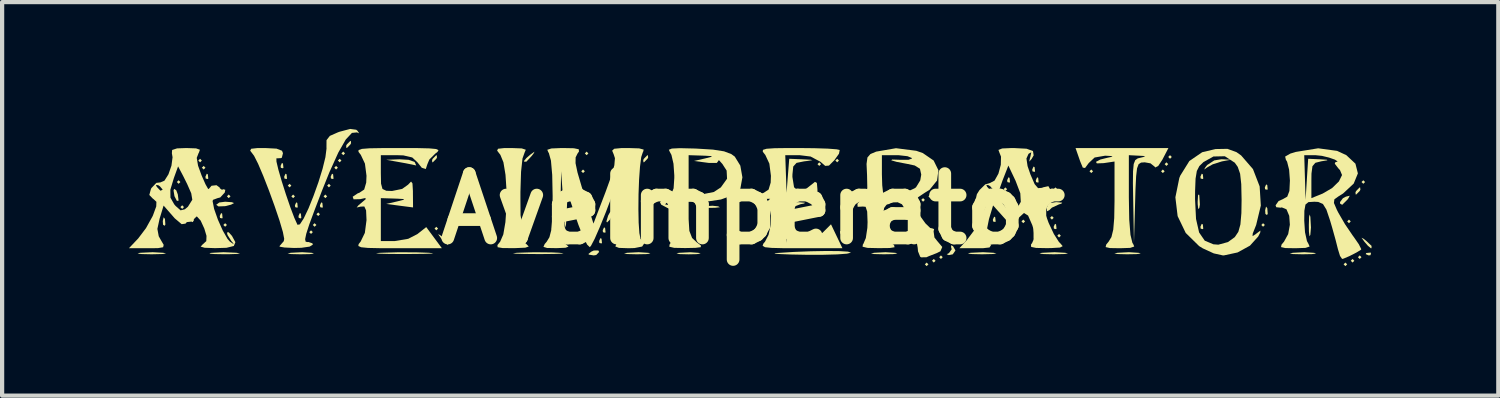
<source format=kicad_pcb>
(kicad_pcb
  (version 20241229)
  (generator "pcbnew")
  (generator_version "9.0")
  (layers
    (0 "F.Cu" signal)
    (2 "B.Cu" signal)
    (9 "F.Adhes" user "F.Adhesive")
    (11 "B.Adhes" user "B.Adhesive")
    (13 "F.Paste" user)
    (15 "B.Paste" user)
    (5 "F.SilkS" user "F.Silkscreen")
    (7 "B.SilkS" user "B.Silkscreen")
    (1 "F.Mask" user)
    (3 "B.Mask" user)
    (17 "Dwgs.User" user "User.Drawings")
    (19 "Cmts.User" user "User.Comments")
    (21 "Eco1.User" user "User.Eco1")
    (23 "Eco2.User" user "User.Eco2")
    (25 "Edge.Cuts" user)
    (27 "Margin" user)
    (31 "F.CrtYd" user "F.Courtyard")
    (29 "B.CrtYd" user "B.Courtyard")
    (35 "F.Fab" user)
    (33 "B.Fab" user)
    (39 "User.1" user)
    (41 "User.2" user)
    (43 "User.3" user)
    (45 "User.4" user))
  (footprint "AveImperator"
    (layer "F.Cu")
    (at 14.764 1.891)
    (property "Reference" "AveImperator" (at 0 0 0) (layer "F.SilkS") (effects (font (size 1.524 1.524) (thickness 0.3))))
    (attr board_only exclude_from_pos_files exclude_from_bom)
    (fp_poly (pts (xy -13.547 -0.635) (xy -13.589 -0.593) (xy -13.631 -0.635) (xy -13.589 -0.677)) (stroke (width 0) (type solid)) (fill yes) (layer "F.SilkS"))
    (fp_poly (pts (xy -13.462 -0.042) (xy -13.504 0) (xy -13.547 -0.042) (xy -13.504 -0.085)) (stroke (width 0) (type solid)) (fill yes) (layer "F.SilkS"))
    (fp_poly (pts (xy -13.039 -1.143) (xy -13.081 -1.101) (xy -13.123 -1.143) (xy -13.081 -1.185)) (stroke (width 0) (type solid)) (fill yes) (layer "F.SilkS"))
    (fp_poly (pts (xy -12.954 -0.974) (xy -12.996 -0.931) (xy -13.039 -0.974) (xy -12.996 -1.016)) (stroke (width 0) (type solid)) (fill yes) (layer "F.SilkS"))
    (fp_poly (pts (xy -12.446 0.381) (xy -12.488 0.423) (xy -12.531 0.381) (xy -12.488 0.339)) (stroke (width 0) (type solid)) (fill yes) (layer "F.SilkS"))
    (fp_poly (pts (xy -12.361 -0.296) (xy -12.404 -0.254) (xy -12.446 -0.296) (xy -12.404 -0.339)) (stroke (width 0) (type solid)) (fill yes) (layer "F.SilkS"))
    (fp_poly (pts (xy -10.922 -0.55) (xy -10.964 -0.508) (xy -11.007 -0.55) (xy -10.964 -0.593)) (stroke (width 0) (type solid)) (fill yes) (layer "F.SilkS"))
    (fp_poly (pts (xy -10.837 -0.296) (xy -10.88 -0.254) (xy -10.922 -0.296) (xy -10.88 -0.339)) (stroke (width 0) (type solid)) (fill yes) (layer "F.SilkS"))
    (fp_poly (pts (xy -10.414 0.55) (xy -10.456 0.593) (xy -10.499 0.55) (xy -10.456 0.508)) (stroke (width 0) (type solid)) (fill yes) (layer "F.SilkS"))
    (fp_poly (pts (xy -10.329 0.381) (xy -10.372 0.423) (xy -10.414 0.381) (xy -10.372 0.339)) (stroke (width 0) (type solid)) (fill yes) (layer "F.SilkS"))
    (fp_poly (pts (xy -10.245 0.127) (xy -10.287 0.169) (xy -10.329 0.127) (xy -10.287 0.085)) (stroke (width 0) (type solid)) (fill yes) (layer "F.SilkS"))
    (fp_poly (pts (xy -10.075 -0.296) (xy -10.118 -0.254) (xy -10.16 -0.296) (xy -10.118 -0.339)) (stroke (width 0) (type solid)) (fill yes) (layer "F.SilkS"))
    (fp_poly (pts (xy -9.991 -0.55) (xy -10.033 -0.508) (xy -10.075 -0.55) (xy -10.033 -0.593)) (stroke (width 0) (type solid)) (fill yes) (layer "F.SilkS"))
    (fp_poly (pts (xy -9.821 -0.974) (xy -9.864 -0.931) (xy -9.906 -0.974) (xy -9.864 -1.016)) (stroke (width 0) (type solid)) (fill yes) (layer "F.SilkS"))
    (fp_poly (pts (xy -9.737 -1.143) (xy -9.779 -1.101) (xy -9.821 -1.143) (xy -9.779 -1.185)) (stroke (width 0) (type solid)) (fill yes) (layer "F.SilkS"))
    (fp_poly (pts (xy -9.652 -1.312) (xy -9.694 -1.27) (xy -9.737 -1.312) (xy -9.694 -1.355)) (stroke (width 0) (type solid)) (fill yes) (layer "F.SilkS"))
    (fp_poly (pts (xy -7.451 0.466) (xy -7.493 0.508) (xy -7.535 0.466) (xy -7.493 0.423)) (stroke (width 0) (type solid)) (fill yes) (layer "F.SilkS"))
    (fp_poly (pts (xy -5.334 0.72) (xy -5.376 0.762) (xy -5.419 0.72) (xy -5.376 0.677)) (stroke (width 0) (type solid)) (fill yes) (layer "F.SilkS"))
    (fp_poly (pts (xy -3.979 -0.889) (xy -4.022 -0.847) (xy -4.064 -0.889) (xy -4.022 -0.931)) (stroke (width 0) (type solid)) (fill yes) (layer "F.SilkS"))
    (fp_poly (pts (xy -3.895 -1.312) (xy -3.937 -1.27) (xy -3.979 -1.312) (xy -3.937 -1.355)) (stroke (width 0) (type solid)) (fill yes) (layer "F.SilkS"))
    (fp_poly (pts (xy 0.169 -0.042) (xy 0.127 0) (xy 0.085 -0.042) (xy 0.127 -0.085)) (stroke (width 0) (type solid)) (fill yes) (layer "F.SilkS"))
    (fp_poly (pts (xy 1.609 -1.058) (xy 1.566 -1.016) (xy 1.524 -1.058) (xy 1.566 -1.101)) (stroke (width 0) (type solid)) (fill yes) (layer "F.SilkS"))
    (fp_poly (pts (xy 2.032 -1.143) (xy 1.99 -1.101) (xy 1.947 -1.143) (xy 1.99 -1.185)) (stroke (width 0) (type solid)) (fill yes) (layer "F.SilkS"))
    (fp_poly (pts (xy 3.302 0.042) (xy 3.26 0.085) (xy 3.217 0.042) (xy 3.26 0)) (stroke (width 0) (type solid)) (fill yes) (layer "F.SilkS"))
    (fp_poly (pts (xy 4.064 -0.212) (xy 4.022 -0.169) (xy 3.979 -0.212) (xy 4.022 -0.254)) (stroke (width 0) (type solid)) (fill yes) (layer "F.SilkS"))
    (fp_poly (pts (xy 4.149 1.312) (xy 4.106 1.355) (xy 4.064 1.312) (xy 4.106 1.27)) (stroke (width 0) (type solid)) (fill yes) (layer "F.SilkS"))
    (fp_poly (pts (xy 4.233 -0.296) (xy 4.191 -0.254) (xy 4.149 -0.296) (xy 4.191 -0.339)) (stroke (width 0) (type solid)) (fill yes) (layer "F.SilkS"))
    (fp_poly (pts (xy 4.318 1.228) (xy 4.276 1.27) (xy 4.233 1.228) (xy 4.276 1.185)) (stroke (width 0) (type solid)) (fill yes) (layer "F.SilkS"))
    (fp_poly (pts (xy 4.487 -0.55) (xy 4.445 -0.508) (xy 4.403 -0.55) (xy 4.445 -0.593)) (stroke (width 0) (type solid)) (fill yes) (layer "F.SilkS"))
    (fp_poly (pts (xy 4.487 1.143) (xy 4.445 1.185) (xy 4.403 1.143) (xy 4.445 1.101)) (stroke (width 0) (type solid)) (fill yes) (layer "F.SilkS"))
    (fp_poly (pts (xy 6.011 -0.466) (xy 5.969 -0.423) (xy 5.927 -0.466) (xy 5.969 -0.508)) (stroke (width 0) (type solid)) (fill yes) (layer "F.SilkS"))
    (fp_poly (pts (xy 6.435 0.296) (xy 6.392 0.339) (xy 6.35 0.296) (xy 6.392 0.254)) (stroke (width 0) (type solid)) (fill yes) (layer "F.SilkS"))
    (fp_poly (pts (xy 7.112 0.212) (xy 7.07 0.254) (xy 7.027 0.212) (xy 7.07 0.169)) (stroke (width 0) (type solid)) (fill yes) (layer "F.SilkS"))
    (fp_poly (pts (xy 7.197 -0.466) (xy 7.154 -0.423) (xy 7.112 -0.466) (xy 7.154 -0.508)) (stroke (width 0) (type solid)) (fill yes) (layer "F.SilkS"))
    (fp_poly (pts (xy 7.281 -0.296) (xy 7.239 -0.254) (xy 7.197 -0.296) (xy 7.239 -0.339)) (stroke (width 0) (type solid)) (fill yes) (layer "F.SilkS"))
    (fp_poly (pts (xy 7.281 0.635) (xy 7.239 0.677) (xy 7.197 0.635) (xy 7.239 0.593)) (stroke (width 0) (type solid)) (fill yes) (layer "F.SilkS"))
    (fp_poly (pts (xy 8.043 -0.889) (xy 8.001 -0.847) (xy 7.959 -0.889) (xy 8.001 -0.931)) (stroke (width 0) (type solid)) (fill yes) (layer "F.SilkS"))
    (fp_poly (pts (xy 9.737 -0.889) (xy 9.694 -0.847) (xy 9.652 -0.889) (xy 9.694 -0.931)) (stroke (width 0) (type solid)) (fill yes) (layer "F.SilkS"))
    (fp_poly (pts (xy 9.821 -1.058) (xy 9.779 -1.016) (xy 9.737 -1.058) (xy 9.779 -1.101)) (stroke (width 0) (type solid)) (fill yes) (layer "F.SilkS"))
    (fp_poly (pts (xy 9.906 -1.228) (xy 9.864 -1.185) (xy 9.821 -1.228) (xy 9.864 -1.27)) (stroke (width 0) (type solid)) (fill yes) (layer "F.SilkS"))
    (fp_poly (pts (xy 12.107 0.381) (xy 12.065 0.423) (xy 12.023 0.381) (xy 12.065 0.339)) (stroke (width 0) (type solid)) (fill yes) (layer "F.SilkS"))
    (fp_poly (pts (xy 14.055 1.312) (xy 14.012 1.355) (xy 13.97 1.312) (xy 14.012 1.27)) (stroke (width 0) (type solid)) (fill yes) (layer "F.SilkS"))
    (fp_poly (pts (xy 14.139 0.296) (xy 14.097 0.339) (xy 14.055 0.296) (xy 14.097 0.254)) (stroke (width 0) (type solid)) (fill yes) (layer "F.SilkS"))
    (fp_poly (pts (xy 14.224 1.228) (xy 14.182 1.27) (xy 14.139 1.228) (xy 14.182 1.185)) (stroke (width 0) (type solid)) (fill yes) (layer "F.SilkS"))
    (fp_poly (pts (xy 14.393 1.143) (xy 14.351 1.185) (xy 14.309 1.143) (xy 14.351 1.101)) (stroke (width 0) (type solid)) (fill yes) (layer "F.SilkS"))
    (fp_poly (pts (xy 14.478 -0.635) (xy 14.436 -0.593) (xy 14.393 -0.635) (xy 14.436 -0.677)) (stroke (width 0) (type solid)) (fill yes) (layer "F.SilkS"))
    (fp_poly (pts (xy -13.912 0.238) (xy -13.902 0.37) (xy -13.919 0.4) (xy -13.957 0.375) (xy -13.963 0.289) (xy -13.943 0.199)) (stroke (width 0) (type solid)) (fill yes) (layer "F.SilkS"))
    (fp_poly (pts (xy -12.898 -0.818) (xy -12.887 -0.718) (xy -12.898 -0.706) (xy -12.948 -0.717) (xy -12.954 -0.762) (xy -12.923 -0.832)) (stroke (width 0) (type solid)) (fill yes) (layer "F.SilkS"))
    (fp_poly (pts (xy -12.559 0.113) (xy -12.549 0.213) (xy -12.559 0.226) (xy -12.609 0.214) (xy -12.615 0.169) (xy -12.584 0.1)) (stroke (width 0) (type solid)) (fill yes) (layer "F.SilkS"))
    (fp_poly (pts (xy -11.12 -1.072) (xy -11.109 -0.972) (xy -11.12 -0.96) (xy -11.17 -0.971) (xy -11.176 -1.016) (xy -11.145 -1.086)) (stroke (width 0) (type solid)) (fill yes) (layer "F.SilkS"))
    (fp_poly (pts (xy -11.035 -0.818) (xy -11.025 -0.718) (xy -11.035 -0.706) (xy -11.085 -0.717) (xy -11.091 -0.762) (xy -11.06 -0.832)) (stroke (width 0) (type solid)) (fill yes) (layer "F.SilkS"))
    (fp_poly (pts (xy -10.781 -0.141) (xy -10.771 -0.041) (xy -10.781 -0.028) (xy -10.831 -0.04) (xy -10.837 -0.085) (xy -10.806 -0.154)) (stroke (width 0) (type solid)) (fill yes) (layer "F.SilkS"))
    (fp_poly (pts (xy -10.696 0.113) (xy -10.686 0.213) (xy -10.696 0.226) (xy -10.747 0.214) (xy -10.753 0.169) (xy -10.722 0.1)) (stroke (width 0) (type solid)) (fill yes) (layer "F.SilkS"))
    (fp_poly (pts (xy -10.188 -0.141) (xy -10.178 -0.041) (xy -10.188 -0.028) (xy -10.239 -0.04) (xy -10.245 -0.085) (xy -10.214 -0.154)) (stroke (width 0) (type solid)) (fill yes) (layer "F.SilkS"))
    (fp_poly (pts (xy -9.934 -0.818) (xy -9.924 -0.718) (xy -9.934 -0.706) (xy -9.985 -0.717) (xy -9.991 -0.762) (xy -9.96 -0.832)) (stroke (width 0) (type solid)) (fill yes) (layer "F.SilkS"))
    (fp_poly (pts (xy -3.584 0.706) (xy -3.574 0.806) (xy -3.584 0.818) (xy -3.635 0.807) (xy -3.641 0.762) (xy -3.61 0.692)) (stroke (width 0) (type solid)) (fill yes) (layer "F.SilkS"))
    (fp_poly (pts (xy -3.5 0.452) (xy -3.489 0.552) (xy -3.5 0.564) (xy -3.55 0.553) (xy -3.556 0.508) (xy -3.525 0.438)) (stroke (width 0) (type solid)) (fill yes) (layer "F.SilkS"))
    (fp_poly (pts (xy -3.246 -0.226) (xy -3.235 -0.125) (xy -3.246 -0.113) (xy -3.296 -0.125) (xy -3.302 -0.169) (xy -3.271 -0.239)) (stroke (width 0) (type solid)) (fill yes) (layer "F.SilkS"))
    (fp_poly (pts (xy -0.452 -0.141) (xy -0.463 -0.091) (xy -0.508 -0.085) (xy -0.578 -0.116) (xy -0.564 -0.141) (xy -0.464 -0.151)) (stroke (width 0) (type solid)) (fill yes) (layer "F.SilkS"))
    (fp_poly (pts (xy 5.729 0.198) (xy 5.739 0.298) (xy 5.729 0.31) (xy 5.679 0.299) (xy 5.673 0.254) (xy 5.704 0.184)) (stroke (width 0) (type solid)) (fill yes) (layer "F.SilkS"))
    (fp_poly (pts (xy 6.068 -0.734) (xy 6.078 -0.633) (xy 6.068 -0.621) (xy 6.017 -0.633) (xy 6.011 -0.677) (xy 6.042 -0.747)) (stroke (width 0) (type solid)) (fill yes) (layer "F.SilkS"))
    (fp_poly (pts (xy 6.66 -0.988) (xy 6.671 -0.887) (xy 6.66 -0.875) (xy 6.61 -0.887) (xy 6.604 -0.931) (xy 6.635 -1.001)) (stroke (width 0) (type solid)) (fill yes) (layer "F.SilkS"))
    (fp_poly (pts (xy 6.745 -0.734) (xy 6.755 -0.633) (xy 6.745 -0.621) (xy 6.695 -0.633) (xy 6.689 -0.677) (xy 6.72 -0.747)) (stroke (width 0) (type solid)) (fill yes) (layer "F.SilkS"))
    (fp_poly (pts (xy 7.168 0.367) (xy 7.179 0.467) (xy 7.168 0.48) (xy 7.118 0.468) (xy 7.112 0.423) (xy 7.143 0.354)) (stroke (width 0) (type solid)) (fill yes) (layer "F.SilkS"))
    (fp_poly (pts (xy 10.64 -0.818) (xy 10.65 -0.718) (xy 10.64 -0.706) (xy 10.589 -0.717) (xy 10.583 -0.762) (xy 10.614 -0.832)) (stroke (width 0) (type solid)) (fill yes) (layer "F.SilkS"))
    (fp_poly (pts (xy 10.64 0.367) (xy 10.65 0.467) (xy 10.64 0.48) (xy 10.589 0.468) (xy 10.583 0.423) (xy 10.614 0.354)) (stroke (width 0) (type solid)) (fill yes) (layer "F.SilkS"))
    (fp_poly (pts (xy 12.164 -0.564) (xy 12.174 -0.464) (xy 12.164 -0.452) (xy 12.113 -0.463) (xy 12.107 -0.508) (xy 12.138 -0.578)) (stroke (width 0) (type solid)) (fill yes) (layer "F.SilkS"))
    (fp_poly (pts (xy 12.165 -0.016) (xy 12.175 0.116) (xy 12.158 0.146) (xy 12.12 0.121) (xy 12.114 0.035) (xy 12.135 -0.055)) (stroke (width 0) (type solid)) (fill yes) (layer "F.SilkS"))
    (fp_poly (pts (xy 14.619 1.044) (xy 14.607 1.095) (xy 14.563 1.101) (xy 14.493 1.07) (xy 14.506 1.044) (xy 14.607 1.034)) (stroke (width 0) (type solid)) (fill yes) (layer "F.SilkS"))
    (fp_poly (pts (xy -13.644 -0.439) (xy -13.608 -0.342) (xy -13.589 -0.194) (xy -13.63 -0.189) (xy -13.687 -0.3) (xy -13.709 -0.436) (xy -13.695 -0.473)) (stroke (width 0) (type solid)) (fill yes) (layer "F.SilkS"))
    (fp_poly (pts (xy -0.115 -0.379) (xy -0.205 -0.273) (xy -0.309 -0.178) (xy -0.307 -0.209) (xy -0.245 -0.314) (xy -0.149 -0.439) (xy -0.093 -0.46)) (stroke (width 0) (type solid)) (fill yes) (layer "F.SilkS"))
    (fp_poly (pts (xy 2.104 0.542) (xy 2.194 0.627) (xy 2.176 0.677) (xy 2.164 0.677) (xy 2.092 0.617) (xy 2.066 0.58) (xy 2.056 0.522)) (stroke (width 0) (type solid)) (fill yes) (layer "F.SilkS"))
    (fp_poly (pts (xy -12.329 -0.158) (xy -12.277 -0.137) (xy -12.349 -0.099) (xy -12.488 -0.064) (xy -12.646 -0.058) (xy -12.7 -0.096) (xy -12.627 -0.151) (xy -12.488 -0.169)) (stroke (width 0) (type solid)) (fill yes) (layer "F.SilkS"))
    (fp_poly (pts (xy -9.509 -1.554) (xy -9.525 -1.524) (xy -9.605 -1.443) (xy -9.62 -1.439) (xy -9.625 -1.494) (xy -9.61 -1.524) (xy -9.53 -1.605) (xy -9.515 -1.609)) (stroke (width 0) (type solid)) (fill yes) (layer "F.SilkS"))
    (fp_poly (pts (xy -7.477 -1.215) (xy -7.493 -1.185) (xy -7.573 -1.104) (xy -7.588 -1.101) (xy -7.593 -1.155) (xy -7.578 -1.185) (xy -7.498 -1.266) (xy -7.483 -1.27)) (stroke (width 0) (type solid)) (fill yes) (layer "F.SilkS"))
    (fp_poly (pts (xy -7.406 0.619) (xy -7.345 0.667) (xy -7.213 0.79) (xy -7.214 0.845) (xy -7.229 0.847) (xy -7.299 0.789) (xy -7.377 0.699) (xy -7.45 0.598)) (stroke (width 0) (type solid)) (fill yes) (layer "F.SilkS"))
    (fp_poly (pts (xy -5.191 -1.31) (xy -5.239 -1.249) (xy -5.362 -1.117) (xy -5.417 -1.118) (xy -5.419 -1.133) (xy -5.361 -1.203) (xy -5.271 -1.281) (xy -5.17 -1.354)) (stroke (width 0) (type solid)) (fill yes) (layer "F.SilkS"))
    (fp_poly (pts (xy -3.641 1.019) (xy -3.709 1.091) (xy -3.768 1.101) (xy -3.881 1.083) (xy -3.895 1.067) (xy -3.828 1.013) (xy -3.768 0.985) (xy -3.659 0.984)) (stroke (width 0) (type solid)) (fill yes) (layer "F.SilkS"))
    (fp_poly (pts (xy -3.305 0.042) (xy -3.347 0.181) (xy -3.387 0.254) (xy -3.454 0.322) (xy -3.469 0.296) (xy -3.427 0.157) (xy -3.387 0.085) (xy -3.32 0.017)) (stroke (width 0) (type solid)) (fill yes) (layer "F.SilkS"))
    (fp_poly (pts (xy -2.482 -1.215) (xy -2.498 -1.185) (xy -2.577 -1.104) (xy -2.592 -1.101) (xy -2.598 -1.155) (xy -2.582 -1.185) (xy -2.503 -1.266) (xy -2.488 -1.27)) (stroke (width 0) (type solid)) (fill yes) (layer "F.SilkS"))
    (fp_poly (pts (xy -1.291 1.04) (xy -1.239 1.058) (xy -1.335 1.071) (xy -1.524 1.075) (xy -1.733 1.07) (xy -1.811 1.056) (xy -1.757 1.04) (xy -1.483 1.026)) (stroke (width 0) (type solid)) (fill yes) (layer "F.SilkS"))
    (fp_poly (pts (xy -0.826 -0.06) (xy -0.785 -0.039) (xy -0.892 -0.026) (xy -1.016 -0.023) (xy -1.199 -0.03) (xy -1.249 -0.047) (xy -1.206 -0.06) (xy -0.96 -0.074)) (stroke (width 0) (type solid)) (fill yes) (layer "F.SilkS"))
    (fp_poly (pts (xy 5.971 -0.227) (xy 6.032 -0.18) (xy 6.164 -0.057) (xy 6.164 -0.001) (xy 6.149 0) (xy 6.078 -0.058) (xy 6.001 -0.148) (xy 5.927 -0.248)) (stroke (width 0) (type solid)) (fill yes) (layer "F.SilkS"))
    (fp_poly (pts (xy 10.557 -0.318) (xy 10.57 -0.103) (xy 10.557 -0.021) (xy 10.532 0.005) (xy 10.519 -0.112) (xy 10.518 -0.169) (xy 10.527 -0.323) (xy 10.549 -0.342)) (stroke (width 0) (type solid)) (fill yes) (layer "F.SilkS"))
    (fp_poly (pts (xy 13.184 0.192) (xy 13.198 0.442) (xy 13.183 0.615) (xy 13.163 0.649) (xy 13.15 0.538) (xy 13.148 0.381) (xy 13.154 0.189) (xy 13.169 0.133)) (stroke (width 0) (type solid)) (fill yes) (layer "F.SilkS"))
    (fp_poly (pts (xy 14.077 -0.239) (xy 14.056 -0.214) (xy 13.937 -0.096) (xy 13.888 -0.123) (xy 13.885 -0.16) (xy 13.953 -0.251) (xy 14.024 -0.289) (xy 14.116 -0.311)) (stroke (width 0) (type solid)) (fill yes) (layer "F.SilkS"))
    (fp_poly (pts (xy 14.367 -0.453) (xy 14.351 -0.423) (xy 14.271 -0.342) (xy 14.256 -0.339) (xy 14.251 -0.393) (xy 14.266 -0.423) (xy 14.346 -0.504) (xy 14.361 -0.508)) (stroke (width 0) (type solid)) (fill yes) (layer "F.SilkS"))
    (fp_poly (pts (xy 14.438 0.704) (xy 14.499 0.751) (xy 14.631 0.875) (xy 14.63 0.93) (xy 14.615 0.931) (xy 14.545 0.873) (xy 14.467 0.783) (xy 14.394 0.683)) (stroke (width 0) (type solid)) (fill yes) (layer "F.SilkS"))
    (fp_poly (pts (xy -10.434 1.04) (xy -10.387 1.058) (xy -10.488 1.07) (xy -10.71 1.074) (xy -10.928 1.069) (xy -11.011 1.057) (xy -10.944 1.04) (xy -10.942 1.039) (xy -10.666 1.025)) (stroke (width 0) (type solid)) (fill yes) (layer "F.SilkS"))
    (fp_poly (pts (xy -2.475 1.04) (xy -2.428 1.058) (xy -2.529 1.07) (xy -2.752 1.074) (xy -2.969 1.069) (xy -3.053 1.057) (xy -2.985 1.04) (xy -2.983 1.039) (xy -2.707 1.025)) (stroke (width 0) (type solid)) (fill yes) (layer "F.SilkS"))
    (fp_poly (pts (xy 3.367 1.04) (xy 3.414 1.058) (xy 3.313 1.07) (xy 3.09 1.074) (xy 2.873 1.069) (xy 2.789 1.057) (xy 2.857 1.04) (xy 2.859 1.039) (xy 3.135 1.025)) (stroke (width 0) (type solid)) (fill yes) (layer "F.SilkS"))
    (fp_poly (pts (xy 4.73 0.882) (xy 4.788 0.983) (xy 4.725 1.075) (xy 4.631 1.094) (xy 4.581 1.073) (xy 4.636 1.044) (xy 4.7 0.954) (xy 4.686 0.911) (xy 4.684 0.861)) (stroke (width 0) (type solid)) (fill yes) (layer "F.SilkS"))
    (fp_poly (pts (xy 9.124 1.04) (xy 9.171 1.058) (xy 9.07 1.07) (xy 8.848 1.074) (xy 8.63 1.069) (xy 8.547 1.057) (xy 8.614 1.04) (xy 8.616 1.039) (xy 8.892 1.025)) (stroke (width 0) (type solid)) (fill yes) (layer "F.SilkS"))
    (fp_poly (pts (xy 11.303 -1.162) (xy 11.091 -1.123) (xy 10.874 -1.054) (xy 10.753 -0.987) (xy 10.671 -0.93) (xy 10.701 -0.985) (xy 10.742 -1.037) (xy 10.911 -1.147) (xy 11.081 -1.174)) (stroke (width 0) (type solid)) (fill yes) (layer "F.SilkS"))
    (fp_poly (pts (xy 13.273 1.04) (xy 13.32 1.058) (xy 13.219 1.07) (xy 12.996 1.074) (xy 12.779 1.069) (xy 12.695 1.057) (xy 12.763 1.04) (xy 12.765 1.039) (xy 13.041 1.025)) (stroke (width 0) (type solid)) (fill yes) (layer "F.SilkS"))
    (fp_poly (pts (xy -13.949 1.039) (xy -13.885 1.056) (xy -13.971 1.068) (xy -14.189 1.073) (xy -14.224 1.074) (xy -14.457 1.069) (xy -14.56 1.058) (xy -14.516 1.042) (xy -14.499 1.039) (xy -14.202 1.025)) (stroke (width 0) (type solid)) (fill yes) (layer "F.SilkS"))
    (fp_poly (pts (xy -8.148 -1.16) (xy -8.012 -1.113) (xy -8.001 -1.101) (xy -7.969 -1.029) (xy -7.975 -1.028) (xy -8.067 -1.049) (xy -8.264 -1.087) (xy -8.34 -1.101) (xy -8.678 -1.161) (xy -8.366 -1.173)) (stroke (width 0) (type solid)) (fill yes) (layer "F.SilkS"))
    (fp_poly (pts (xy 5.694 1.039) (xy 5.758 1.056) (xy 5.671 1.068) (xy 5.453 1.073) (xy 5.419 1.074) (xy 5.186 1.069) (xy 5.082 1.058) (xy 5.127 1.042) (xy 5.144 1.039) (xy 5.44 1.025)) (stroke (width 0) (type solid)) (fill yes) (layer "F.SilkS"))
    (fp_poly (pts (xy 7.176 -0.16) (xy 7.315 -0.147) (xy 7.292 -0.122) (xy 7.239 -0.107) (xy 7.07 -0.029) (xy 7.007 0.031) (xy 6.956 0.057) (xy 6.944 -0.021) (xy 6.995 -0.133) (xy 7.17 -0.16)) (stroke (width 0) (type solid)) (fill yes) (layer "F.SilkS"))
    (fp_poly (pts (xy 7.387 1.039) (xy 7.451 1.056) (xy 7.365 1.068) (xy 7.147 1.073) (xy 7.112 1.074) (xy 6.879 1.069) (xy 6.776 1.058) (xy 6.82 1.042) (xy 6.837 1.039) (xy 7.134 1.025)) (stroke (width 0) (type solid)) (fill yes) (layer "F.SilkS"))
    (fp_poly (pts (xy -12.226 1.038) (xy -12.215 1.039) (xy -12.135 1.055) (xy -12.207 1.066) (xy -12.416 1.073) (xy -12.488 1.073) (xy -12.735 1.069) (xy -12.858 1.059) (xy -12.835 1.043) (xy -12.808 1.04) (xy -12.528 1.025)) (stroke (width 0) (type solid)) (fill yes) (layer "F.SilkS"))
    (fp_poly (pts (xy -7.942 1.029) (xy -7.68 1.038) (xy -7.565 1.049) (xy -7.606 1.058) (xy -7.788 1.064) (xy -8.097 1.067) (xy -8.255 1.068) (xy -8.607 1.066) (xy -8.833 1.06) (xy -8.92 1.052) (xy -8.857 1.042) (xy -8.781 1.038) (xy -8.376 1.026)) (stroke (width 0) (type solid)) (fill yes) (layer "F.SilkS"))
    (fp_poly (pts (xy -4.76 1.03) (xy -4.593 1.038) (xy -4.482 1.05) (xy -4.526 1.059) (xy -4.711 1.066) (xy -5.022 1.069) (xy -5.08 1.069) (xy -5.409 1.066) (xy -5.614 1.06) (xy -5.681 1.051) (xy -5.595 1.04) (xy -5.567 1.038) (xy -5.179 1.026)) (stroke (width 0) (type solid)) (fill yes) (layer "F.SilkS"))
    (fp_poly (pts (xy 2.043 0.999) (xy 2.247 1.012) (xy 2.316 1.036) (xy 2.316 1.037) (xy 2.22 1.06) (xy 1.99 1.077) (xy 1.659 1.086) (xy 1.261 1.086) (xy 1.244 1.086) (xy 0.885 1.079) (xy 0.633 1.069) (xy 0.507 1.058) (xy 0.527 1.047) (xy 0.55 1.045) (xy 0.959 1.019) (xy 1.366 1.003) (xy 1.739 0.996)) (stroke (width 0) (type solid)) (fill yes) (layer "F.SilkS"))
    (fp_poly (pts (xy -5.471 -1.43) (xy -5.376 -1.399) (xy -5.402 -1.338) (xy -5.454 -1.192) (xy -5.488 -0.879) (xy -5.503 -0.401) (xy -5.503 -0.241) (xy -5.5 0.192) (xy -5.488 0.487) (xy -5.463 0.673) (xy -5.42 0.78) (xy -5.356 0.839) (xy -5.355 0.84) (xy -5.306 0.89) (xy -5.386 0.918) (xy -5.614 0.928) (xy -5.665 0.929) (xy -5.924 0.927) (xy -6.042 0.907) (xy -6.047 0.857) (xy -5.982 0.776) (xy -5.908 0.605) (xy -5.858 0.313) (xy -5.833 -0.051) (xy -5.832 -0.44) (xy -5.856 -0.806) (xy -5.905 -1.102) (xy -5.978 -1.28) (xy -5.982 -1.284) (xy -6.054 -1.377) (xy -6.033 -1.422) (xy -5.89 -1.438) (xy -5.711 -1.439)) (stroke (width 0) (type solid)) (fill yes) (layer "F.SilkS"))
    (fp_poly (pts (xy 11.436 -1.342) (xy 11.546 -1.264) (xy 11.826 -0.941) (xy 11.984 -0.532) (xy 12.012 -0.078) (xy 11.901 0.382) (xy 11.896 0.394) (xy 11.821 0.583) (xy 11.816 0.644) (xy 11.884 0.603) (xy 11.91 0.582) (xy 12.003 0.513) (xy 11.997 0.562) (xy 11.949 0.655) (xy 11.755 0.87) (xy 11.462 1.031) (xy 11.142 1.1) (xy 11.115 1.101) (xy 10.898 1.053) (xy 10.639 0.934) (xy 10.553 0.881) (xy 10.235 0.569) (xy 10.044 0.172) (xy 9.996 -0.228) (xy 10.456 -0.228) (xy 10.479 0.238) (xy 10.552 0.558) (xy 10.685 0.752) (xy 10.889 0.838) (xy 11.007 0.847) (xy 11.235 0.785) (xy 11.396 0.668) (xy 11.48 0.543) (xy 11.529 0.368) (xy 11.552 0.1) (xy 11.557 -0.212) (xy 11.549 -0.585) (xy 11.522 -0.831) (xy 11.466 -0.993) (xy 11.396 -1.092) (xy 11.16 -1.245) (xy 10.891 -1.239) (xy 10.656 -1.108) (xy 10.558 -1.013) (xy 10.498 -0.896) (xy 10.468 -0.714) (xy 10.457 -0.427) (xy 10.456 -0.228) (xy 9.996 -0.228) (xy 9.991 -0.274) (xy 10.084 -0.731) (xy 10.106 -0.786) (xy 10.322 -1.133) (xy 10.625 -1.34) (xy 10.94 -1.415) (xy 11.222 -1.42)) (stroke (width 0) (type solid)) (fill yes) (layer "F.SilkS"))
    (fp_poly (pts (xy 9.683 -1.164) (xy 9.584 -1.014) (xy 9.514 -0.979) (xy 9.504 -0.995) (xy 9.402 -1.077) (xy 9.267 -1.101) (xy 9.179 -1.095) (xy 9.121 -1.057) (xy 9.084 -0.959) (xy 9.062 -0.771) (xy 9.047 -0.465) (xy 9.038 -0.148) (xy 9.011 0.804) (xy 8.993 -0.185) (xy 8.986 -0.606) (xy 8.989 -0.889) (xy 9.005 -1.061) (xy 9.041 -1.153) (xy 9.1 -1.194) (xy 9.165 -1.21) (xy 9.277 -1.237) (xy 9.232 -1.252) (xy 9.123 -1.258) (xy 8.89 -1.27) (xy 8.89 -0.271) (xy 8.899 0.254) (xy 8.928 0.614) (xy 8.975 0.806) (xy 8.992 0.83) (xy 9.017 0.891) (xy 8.921 0.923) (xy 8.682 0.931) (xy 8.441 0.927) (xy 8.341 0.904) (xy 8.354 0.845) (xy 8.411 0.776) (xy 8.478 0.666) (xy 8.521 0.491) (xy 8.544 0.218) (xy 8.551 -0.186) (xy 8.551 -0.249) (xy 8.551 -1.12) (xy 8.295 -1.082) (xy 8.133 -1.076) (xy 8.112 -1.112) (xy 8.215 -1.167) (xy 8.382 -1.209) (xy 8.504 -1.235) (xy 8.473 -1.25) (xy 8.329 -1.258) (xy 8.08 -1.215) (xy 7.941 -1.084) (xy 7.854 -0.967) (xy 7.8 -0.976) (xy 7.738 -1.126) (xy 7.723 -1.169) (xy 7.629 -1.439) (xy 9.826 -1.439)) (stroke (width 0) (type solid)) (fill yes) (layer "F.SilkS"))
    (fp_poly (pts (xy -9.387 -1.872) (xy -9.357 -1.847) (xy -9.318 -1.787) (xy -9.37 -1.809) (xy -9.489 -1.797) (xy -9.635 -1.64) (xy -9.811 -1.332) (xy -10.021 -0.868) (xy -10.193 -0.44) (xy -10.373 0.031) (xy -10.497 0.366) (xy -10.569 0.588) (xy -10.596 0.717) (xy -10.584 0.776) (xy -10.538 0.786) (xy -10.52 0.783) (xy -10.423 0.815) (xy -10.414 0.847) (xy -10.49 0.893) (xy -10.686 0.921) (xy -10.858 0.925) (xy -11.084 0.914) (xy -11.201 0.894) (xy -11.197 0.875) (xy -11.101 0.764) (xy -11.091 0.709) (xy -11.122 0.548) (xy -11.202 0.276) (xy -11.317 -0.064) (xy -11.45 -0.43) (xy -11.586 -0.779) (xy -11.709 -1.068) (xy -11.803 -1.254) (xy -11.828 -1.288) (xy -11.896 -1.377) (xy -11.872 -1.422) (xy -11.728 -1.438) (xy -11.542 -1.439) (xy -11.273 -1.425) (xy -11.143 -1.375) (xy -11.12 -1.317) (xy -11.147 -1.21) (xy -11.169 -1.2) (xy -11.276 -1.195) (xy -11.274 -1.118) (xy -11.228 -0.924) (xy -11.149 -0.652) (xy -11.051 -0.345) (xy -10.948 -0.044) (xy -10.852 0.211) (xy -10.777 0.377) (xy -10.777 0.377) (xy -10.72 0.366) (xy -10.629 0.226) (xy -10.517 -0.009) (xy -10.398 -0.305) (xy -10.282 -0.629) (xy -10.184 -0.946) (xy -10.116 -1.223) (xy -10.09 -1.426) (xy -10.091 -1.46) (xy -10.09 -1.625) (xy -10.012 -1.726) (xy -9.817 -1.812) (xy -9.78 -1.825) (xy -9.53 -1.891)) (stroke (width 0) (type solid)) (fill yes) (layer "F.SilkS"))
    (fp_poly (pts (xy -7.944 -1.438) (xy -7.658 -1.431) (xy -7.498 -1.416) (xy -7.441 -1.389) (xy -7.465 -1.347) (xy -7.516 -1.308) (xy -7.657 -1.168) (xy -7.705 -1.054) (xy -7.742 -0.942) (xy -7.837 -0.973) (xy -7.939 -1.101) (xy -8.062 -1.216) (xy -8.272 -1.265) (xy -8.425 -1.27) (xy -8.805 -1.27) (xy -8.805 -0.847) (xy -8.8 -0.596) (xy -8.766 -0.471) (xy -8.676 -0.428) (xy -8.54 -0.423) (xy -8.301 -0.472) (xy -8.161 -0.572) (xy -8.09 -0.646) (xy -8.057 -0.603) (xy -8.046 -0.42) (xy -8.046 -0.377) (xy -8.043 -0.034) (xy -8.361 -0.075) (xy -8.678 -0.117) (xy -8.424 -0.175) (xy -8.269 -0.214) (xy -8.26 -0.232) (xy -8.407 -0.241) (xy -8.488 -0.244) (xy -8.805 -0.254) (xy -8.805 0.762) (xy -8.478 0.762) (xy -8.157 0.708) (xy -7.941 0.597) (xy -7.731 0.431) (xy -7.546 0.681) (xy -7.361 0.931) (xy -8.393 0.931) (xy -8.823 0.93) (xy -9.108 0.924) (xy -9.271 0.908) (xy -9.337 0.879) (xy -9.33 0.832) (xy -9.284 0.776) (xy -9.183 0.568) (xy -9.144 0.268) (xy -9.144 0.259) (xy -9.154 0.035) (xy -9.196 -0.057) (xy -9.286 -0.053) (xy -9.292 -0.051) (xy -9.377 -0.032) (xy -9.331 -0.088) (xy -9.271 -0.137) (xy -9.156 -0.236) (xy -9.179 -0.255) (xy -9.292 -0.23) (xy -9.449 -0.226) (xy -9.471 -0.287) (xy -9.352 -0.367) (xy -9.313 -0.381) (xy -9.199 -0.457) (xy -9.151 -0.621) (xy -9.144 -0.782) (xy -9.181 -1.07) (xy -9.279 -1.278) (xy -9.284 -1.284) (xy -9.334 -1.349) (xy -9.332 -1.392) (xy -9.252 -1.419) (xy -9.072 -1.433) (xy -8.768 -1.438) (xy -8.376 -1.439)) (stroke (width 0) (type solid)) (fill yes) (layer "F.SilkS"))
    (fp_poly (pts (xy -1.4 -1.428) (xy -1.342 -1.426) (xy -0.949 -1.402) (xy -0.686 -1.361) (xy -0.514 -1.296) (xy -0.432 -1.236) (xy -0.301 -1.023) (xy -0.252 -0.746) (xy -0.298 -0.492) (xy -0.321 -0.45) (xy -0.484 -0.321) (xy -0.76 -0.222) (xy -1.093 -0.172) (xy -1.191 -0.169) (xy -1.524 -0.169) (xy -1.524 0.244) (xy -1.507 0.52) (xy -1.442 0.688) (xy -1.333 0.79) (xy -1.235 0.865) (xy -1.236 0.906) (xy -1.36 0.922) (xy -1.604 0.927) (xy -1.866 0.922) (xy -1.981 0.895) (xy -1.974 0.841) (xy -1.964 0.83) (xy -1.9 0.686) (xy -1.865 0.451) (xy -1.863 0.374) (xy -1.88 0.135) (xy -1.946 0.015) (xy -2.032 -0.025) (xy -2.169 -0.097) (xy -2.174 -0.105) (xy -2.08 -0.105) (xy -1.997 -0.091) (xy -1.887 -0.107) (xy -1.886 -0.136) (xy -1.999 -0.156) (xy -2.048 -0.143) (xy -2.08 -0.105) (xy -2.174 -0.105) (xy -2.201 -0.156) (xy -2.131 -0.248) (xy -2.032 -0.296) (xy -1.93 -0.357) (xy -1.879 -0.487) (xy -1.863 -0.731) (xy -1.863 -0.793) (xy -1.882 -1.067) (xy -1.929 -1.27) (xy -1.524 -1.27) (xy -1.524 -0.339) (xy -1.228 -0.339) (xy -0.926 -0.4) (xy -0.762 -0.508) (xy -0.615 -0.713) (xy -0.625 -0.906) (xy -0.726 -1.063) (xy -0.809 -1.155) (xy -0.817 -1.14) (xy -0.857 -1.087) (xy -1.046 -1.087) (xy -1.085 -1.092) (xy -1.397 -1.133) (xy -1.143 -1.191) (xy -0.988 -1.23) (xy -0.979 -1.248) (xy -1.126 -1.257) (xy -1.206 -1.26) (xy -1.524 -1.27) (xy -1.929 -1.27) (xy -1.931 -1.278) (xy -1.968 -1.346) (xy -1.992 -1.398) (xy -1.92 -1.427) (xy -1.731 -1.436)) (stroke (width 0) (type solid)) (fill yes) (layer "F.SilkS"))
    (fp_poly (pts (xy -2.694 -1.431) (xy -2.587 -1.402) (xy -2.602 -1.344) (xy -2.608 -1.338) (xy -2.645 -1.226) (xy -2.674 -0.999) (xy -2.696 -0.693) (xy -2.709 -0.345) (xy -2.712 0.007) (xy -2.706 0.326) (xy -2.689 0.573) (xy -2.662 0.713) (xy -2.639 0.728) (xy -2.577 0.754) (xy -2.568 0.808) (xy -2.623 0.891) (xy -2.805 0.927) (xy -2.945 0.931) (xy -3.172 0.923) (xy -3.257 0.89) (xy -3.23 0.82) (xy -3.225 0.814) (xy -3.175 0.66) (xy -3.147 0.364) (xy -3.145 -0.05) (xy -3.145 -0.052) (xy -3.155 -0.372) (xy -3.169 -0.605) (xy -3.184 -0.717) (xy -3.19 -0.718) (xy -3.335 -0.31) (xy -3.485 0.085) (xy -3.627 0.435) (xy -3.747 0.709) (xy -3.833 0.873) (xy -3.862 0.906) (xy -3.925 0.845) (xy -4.02 0.658) (xy -4.13 0.38) (xy -4.166 0.276) (xy -4.387 -0.381) (xy -4.411 0.127) (xy -4.423 0.35) (xy -4.434 0.441) (xy -4.447 0.391) (xy -4.465 0.191) (xy -4.487 -0.127) (xy -4.54 -0.889) (xy -4.556 -0.068) (xy -4.559 0.321) (xy -4.548 0.575) (xy -4.518 0.727) (xy -4.463 0.812) (xy -4.424 0.84) (xy -4.365 0.893) (xy -4.437 0.92) (xy -4.649 0.929) (xy -4.874 0.925) (xy -4.958 0.899) (xy -4.929 0.832) (xy -4.881 0.776) (xy -4.817 0.671) (xy -4.774 0.505) (xy -4.751 0.245) (xy -4.742 -0.14) (xy -4.741 -0.307) (xy -4.751 -0.803) (xy -4.781 -1.143) (xy -4.831 -1.322) (xy -4.843 -1.338) (xy -4.867 -1.398) (xy -4.771 -1.429) (xy -4.532 -1.439) (xy -4.494 -1.439) (xy -4.239 -1.434) (xy -4.123 -1.41) (xy -4.118 -1.356) (xy -4.153 -1.307) (xy -4.197 -1.218) (xy -4.199 -1.081) (xy -4.153 -0.862) (xy -4.055 -0.528) (xy -4.019 -0.414) (xy -3.775 0.348) (xy -3.49 -0.397) (xy -3.353 -0.776) (xy -3.281 -1.033) (xy -3.267 -1.199) (xy -3.297 -1.291) (xy -3.333 -1.377) (xy -3.284 -1.422) (xy -3.116 -1.438) (xy -2.947 -1.439)) (stroke (width 0) (type solid)) (fill yes) (layer "F.SilkS"))
    (fp_poly (pts (xy 13.816 -1.372) (xy 14.034 -1.271) (xy 14.25 -1.069) (xy 14.308 -0.839) (xy 14.209 -0.598) (xy 13.958 -0.364) (xy 13.845 -0.293) (xy 13.752 -0.226) (xy 13.741 -0.14) (xy 13.81 0.021) (xy 13.844 0.088) (xy 14.003 0.362) (xy 14.189 0.636) (xy 14.206 0.658) (xy 14.33 0.837) (xy 14.386 0.949) (xy 14.384 0.965) (xy 14.275 1.032) (xy 14.109 1.117) (xy 13.968 1.177) (xy 13.935 1.185) (xy 13.885 1.113) (xy 13.836 0.953) (xy 13.781 0.736) (xy 13.699 0.442) (xy 13.65 0.275) (xy 13.563 0.017) (xy 13.481 -0.116) (xy 13.37 -0.164) (xy 13.277 -0.169) (xy 13.139 -0.16) (xy 13.068 -0.102) (xy 13.042 0.045) (xy 13.039 0.279) (xy 13.057 0.553) (xy 13.103 0.762) (xy 13.14 0.83) (xy 13.166 0.891) (xy 13.069 0.923) (xy 12.831 0.931) (xy 12.59 0.927) (xy 12.49 0.904) (xy 12.502 0.845) (xy 12.56 0.776) (xy 12.659 0.596) (xy 12.699 0.376) (xy 12.684 0.165) (xy 12.619 0.011) (xy 12.508 -0.035) (xy 12.481 -0.028) (xy 12.377 -0.039) (xy 12.361 -0.084) (xy 12.432 -0.185) (xy 12.531 -0.229) (xy 12.637 -0.289) (xy 12.688 -0.424) (xy 12.7 -0.67) (xy 12.681 -0.927) (xy 12.633 -1.117) (xy 12.605 -1.162) (xy 12.587 -1.237) (xy 12.644 -1.27) (xy 13.039 -1.27) (xy 13.055 -0.741) (xy 13.071 -0.212) (xy 13.101 -0.699) (xy 13.132 -1.185) (xy 13.403 -1.173) (xy 13.575 -1.162) (xy 13.586 -1.149) (xy 13.441 -1.125) (xy 13.441 -1.125) (xy 13.302 -1.09) (xy 13.233 -1.009) (xy 13.21 -0.835) (xy 13.208 -0.671) (xy 13.208 -0.254) (xy 13.475 -0.362) (xy 13.698 -0.492) (xy 13.859 -0.649) (xy 13.933 -0.8) (xy 13.885 -0.916) (xy 13.841 -0.964) (xy 13.761 -1.069) (xy 13.773 -1.102) (xy 13.83 -1.121) (xy 13.766 -1.164) (xy 13.627 -1.213) (xy 13.457 -1.254) (xy 13.314 -1.269) (xy 13.039 -1.27) (xy 12.644 -1.27) (xy 12.708 -1.307) (xy 12.838 -1.347) (xy 13.369 -1.433)) (stroke (width 0) (type solid)) (fill yes) (layer "F.SilkS"))
    (fp_poly (pts (xy 1.453 -1.435) (xy 1.767 -1.425) (xy 1.979 -1.409) (xy 2.05 -1.393) (xy 2.033 -1.305) (xy 1.928 -1.158) (xy 1.924 -1.152) (xy 1.796 -1.024) (xy 1.707 -1.017) (xy 1.595 -1.114) (xy 1.362 -1.238) (xy 1.101 -1.27) (xy 0.762 -1.27) (xy 0.793 -0.381) (xy 0.824 -0.783) (xy 0.856 -1.185) (xy 1.169 -1.172) (xy 1.367 -1.162) (xy 1.402 -1.152) (xy 1.28 -1.133) (xy 1.206 -1.124) (xy 1.029 -1.088) (xy 0.951 -1.002) (xy 0.932 -0.814) (xy 0.931 -0.757) (xy 0.97 -0.511) (xy 1.082 -0.417) (xy 1.261 -0.478) (xy 1.369 -0.563) (xy 1.465 -0.639) (xy 1.51 -0.614) (xy 1.523 -0.46) (xy 1.524 -0.339) (xy 1.519 -0.117) (xy 1.491 -0.036) (xy 1.421 -0.069) (xy 1.369 -0.114) (xy 1.165 -0.223) (xy 0.988 -0.254) (xy 0.865 -0.246) (xy 0.799 -0.197) (xy 0.774 -0.066) (xy 0.775 0.184) (xy 0.778 0.275) (xy 0.794 0.804) (xy 0.825 0.318) (xy 0.847 0.044) (xy 0.883 -0.1) (xy 0.955 -0.154) (xy 1.084 -0.158) (xy 1.228 -0.146) (xy 1.211 -0.128) (xy 1.122 -0.11) (xy 1.007 -0.066) (xy 0.95 0.038) (xy 0.932 0.249) (xy 0.931 0.345) (xy 0.937 0.593) (xy 0.972 0.716) (xy 1.064 0.758) (xy 1.189 0.762) (xy 1.476 0.687) (xy 1.645 0.564) (xy 1.844 0.365) (xy 1.979 0.648) (xy 2.114 0.931) (xy 1.129 0.931) (xy 0.71 0.93) (xy 0.436 0.923) (xy 0.283 0.907) (xy 0.227 0.875) (xy 0.242 0.825) (xy 0.283 0.776) (xy 0.367 0.614) (xy 0.415 0.391) (xy 0.423 0.162) (xy 0.391 -0.016) (xy 0.318 -0.086) (xy 0.272 -0.116) (xy 0.339 -0.178) (xy 0.405 -0.239) (xy 0.326 -0.237) (xy 0.275 -0.227) (xy 0.118 -0.225) (xy 0.097 -0.287) (xy 0.218 -0.368) (xy 0.254 -0.381) (xy 0.368 -0.457) (xy 0.417 -0.621) (xy 0.423 -0.782) (xy 0.386 -1.07) (xy 0.289 -1.278) (xy 0.283 -1.284) (xy 0.23 -1.352) (xy 0.234 -1.396) (xy 0.32 -1.422) (xy 0.512 -1.435) (xy 0.835 -1.439) (xy 1.073 -1.439)) (stroke (width 0) (type solid)) (fill yes) (layer "F.SilkS"))
    (fp_poly (pts (xy 3.861 -1.374) (xy 4.016 -1.32) (xy 4.272 -1.144) (xy 4.385 -0.914) (xy 4.353 -0.671) (xy 4.176 -0.452) (xy 4.058 -0.378) (xy 3.888 -0.264) (xy 3.81 -0.162) (xy 3.81 -0.156) (xy 3.852 -0.013) (xy 3.954 0.171) (xy 4.079 0.344) (xy 4.191 0.452) (xy 4.24 0.462) (xy 4.283 0.479) (xy 4.271 0.532) (xy 4.291 0.677) (xy 4.356 0.759) (xy 4.476 0.901) (xy 4.433 1.003) (xy 4.339 1.049) (xy 4.163 1.117) (xy 4.101 1.145) (xy 3.975 1.146) (xy 3.953 1.131) (xy 3.902 1.004) (xy 3.895 0.92) (xy 3.866 0.761) (xy 3.792 0.508) (xy 3.717 0.295) (xy 3.61 0.03) (xy 3.522 -0.109) (xy 3.422 -0.156) (xy 3.315 -0.153) (xy 3.173 -0.118) (xy 3.101 -0.022) (xy 3.069 0.183) (xy 3.063 0.249) (xy 3.063 0.508) (xy 3.122 0.668) (xy 3.233 0.777) (xy 3.338 0.863) (xy 3.347 0.908) (xy 3.235 0.926) (xy 2.978 0.929) (xy 2.968 0.929) (xy 2.706 0.923) (xy 2.591 0.895) (xy 2.598 0.841) (xy 2.608 0.83) (xy 2.668 0.69) (xy 2.704 0.45) (xy 2.709 0.313) (xy 2.7 0.064) (xy 2.663 -0.049) (xy 2.588 -0.056) (xy 2.582 -0.054) (xy 2.474 -0.049) (xy 2.469 -0.122) (xy 2.567 -0.223) (xy 2.591 -0.237) (xy 2.67 -0.324) (xy 2.703 -0.495) (xy 2.697 -0.791) (xy 2.696 -0.818) (xy 3.048 -0.818) (xy 3.056 -0.557) (xy 3.077 -0.373) (xy 3.095 -0.32) (xy 3.209 -0.303) (xy 3.412 -0.336) (xy 3.638 -0.402) (xy 3.819 -0.485) (xy 3.855 -0.51) (xy 3.955 -0.673) (xy 3.979 -0.811) (xy 3.948 -0.949) (xy 3.825 -1.026) (xy 3.662 -1.061) (xy 3.396 -1.112) (xy 3.269 -1.149) (xy 3.291 -1.167) (xy 3.47 -1.161) (xy 3.487 -1.16) (xy 3.676 -1.16) (xy 3.759 -1.191) (xy 3.757 -1.203) (xy 3.653 -1.246) (xy 3.447 -1.269) (xy 3.382 -1.27) (xy 3.048 -1.27) (xy 3.048 -0.818) (xy 2.696 -0.818) (xy 2.685 -1.063) (xy 2.706 -1.216) (xy 2.777 -1.297) (xy 2.912 -1.354) (xy 3.382 -1.435)) (stroke (width 0) (type solid)) (fill yes) (layer "F.SilkS"))
    (fp_poly (pts (xy 6.47 -1.423) (xy 6.622 -1.368) (xy 6.638 -1.266) (xy 6.59 -1.181) (xy 6.534 -1.118) (xy 6.55 -1.201) (xy 6.559 -1.228) (xy 6.582 -1.338) (xy 6.525 -1.308) (xy 6.515 -1.298) (xy 6.467 -1.192) (xy 6.494 -1.012) (xy 6.562 -0.814) (xy 6.661 -0.585) (xy 6.743 -0.49) (xy 6.837 -0.498) (xy 6.859 -0.509) (xy 6.987 -0.537) (xy 7.052 -0.421) (xy 7.045 -0.281) (xy 6.977 -0.254) (xy 6.871 -0.186) (xy 6.858 -0.129) (xy 6.897 0.07) (xy 6.993 0.333) (xy 7.116 0.594) (xy 7.237 0.784) (xy 7.276 0.823) (xy 7.325 0.882) (xy 7.261 0.915) (xy 7.06 0.927) (xy 6.953 0.929) (xy 6.696 0.924) (xy 6.579 0.9) (xy 6.574 0.846) (xy 6.601 0.808) (xy 6.66 0.675) (xy 6.634 0.479) (xy 6.605 0.384) (xy 6.506 0.158) (xy 6.408 0.098) (xy 6.298 0.199) (xy 6.257 0.27) (xy 6.189 0.38) (xy 6.123 0.392) (xy 6.015 0.294) (xy 5.918 0.187) (xy 5.678 -0.081) (xy 5.581 0.243) (xy 5.527 0.512) (xy 5.561 0.708) (xy 5.581 0.75) (xy 5.629 0.859) (xy 5.594 0.913) (xy 5.444 0.93) (xy 5.28 0.931) (xy 4.881 0.931) (xy 5.055 0.741) (xy 5.233 0.505) (xy 5.388 0.231) (xy 5.486 -0.017) (xy 5.503 -0.123) (xy 5.435 -0.236) (xy 5.366 -0.254) (xy 5.277 -0.27) (xy 5.285 -0.302) (xy 5.81 -0.302) (xy 5.87 -0.175) (xy 5.909 -0.12) (xy 6.04 0.039) (xy 6.135 0.069) (xy 6.245 -0.014) (xy 6.248 -0.017) (xy 6.334 -0.166) (xy 6.322 -0.37) (xy 6.209 -0.667) (xy 6.192 -0.702) (xy 6.04 -1.024) (xy 5.902 -0.672) (xy 5.821 -0.444) (xy 5.81 -0.302) (xy 5.285 -0.302) (xy 5.295 -0.347) (xy 5.357 -0.445) (xy 5.482 -0.568) (xy 5.517 -0.568) (xy 5.538 -0.521) (xy 5.623 -0.43) (xy 5.672 -0.449) (xy 5.673 -0.461) (xy 5.613 -0.532) (xy 5.575 -0.558) (xy 5.517 -0.568) (xy 5.482 -0.568) (xy 5.493 -0.579) (xy 5.607 -0.613) (xy 5.713 -0.669) (xy 5.804 -0.832) (xy 5.861 -1.042) (xy 5.866 -1.236) (xy 5.829 -1.328) (xy 5.805 -1.394) (xy 5.894 -1.429) (xy 6.121 -1.439) (xy 6.165 -1.439)) (stroke (width 0) (type solid)) (fill yes) (layer "F.SilkS"))
    (fp_poly (pts (xy -13.176 -1.431) (xy -13.085 -1.399) (xy -13.108 -1.332) (xy -13.115 -1.322) (xy -13.16 -1.206) (xy -13.129 -1.022) (xy -13.046 -0.793) (xy -12.953 -0.582) (xy -12.89 -0.471) (xy -12.874 -0.473) (xy -12.81 -0.547) (xy -12.693 -0.56) (xy -12.617 -0.505) (xy -12.615 -0.489) (xy -12.563 -0.451) (xy -12.532 -0.465) (xy -12.484 -0.451) (xy -12.498 -0.385) (xy -12.604 -0.27) (xy -12.667 -0.254) (xy -12.774 -0.214) (xy -12.785 -0.184) (xy -12.749 -0.000002) (xy -12.66 0.254) (xy -12.545 0.512) (xy -12.432 0.71) (xy -12.376 0.774) (xy -12.283 0.839) (xy -12.311 0.795) (xy -12.34 0.762) (xy -12.431 0.62) (xy -12.446 0.56) (xy -12.406 0.552) (xy -12.327 0.639) (xy -12.246 0.788) (xy -12.283 0.878) (xy -12.456 0.921) (xy -12.726 0.929) (xy -12.973 0.92) (xy -13.067 0.893) (xy -13.024 0.844) (xy -13.022 0.843) (xy -12.934 0.763) (xy -12.929 0.639) (xy -12.98 0.468) (xy -13.067 0.278) (xy -13.152 0.184) (xy -13.166 0.181) (xy -13.23 0.246) (xy -13.227 0.269) (xy -13.256 0.314) (xy -13.285 0.301) (xy -13.394 0.313) (xy -13.426 0.349) (xy -13.517 0.362) (xy -13.68 0.224) (xy -13.715 0.184) (xy -13.944 -0.078) (xy -14.039 0.234) (xy -14.091 0.474) (xy -14.059 0.648) (xy -14.008 0.738) (xy -13.942 0.851) (xy -13.955 0.908) (xy -14.078 0.929) (xy -14.323 0.931) (xy -14.764 0.931) (xy -14.544 0.699) (xy -14.36 0.455) (xy -14.205 0.175) (xy -14.194 0.15) (xy -14.118 -0.058) (xy -14.114 -0.167) (xy -14.184 -0.233) (xy -14.196 -0.24) (xy -14.282 -0.329) (xy -14.243 -0.472) (xy -14.232 -0.492) (xy -14.16 -0.568) (xy -14.126 -0.568) (xy -14.105 -0.521) (xy -14.02 -0.43) (xy -13.971 -0.449) (xy -13.971 -0.453) (xy -13.784 -0.453) (xy -13.782 -0.265) (xy -13.693 -0.108) (xy -13.66 -0.069) (xy -13.542 0.035) (xy -13.441 0.01) (xy -13.369 -0.05) (xy -13.265 -0.216) (xy -13.29 -0.368) (xy -13.384 -0.582) (xy -13.481 -0.778) (xy -13.601 -1.005) (xy -13.701 -0.729) (xy -13.784 -0.453) (xy -13.971 -0.453) (xy -13.97 -0.461) (xy -14.03 -0.532) (xy -14.068 -0.558) (xy -14.126 -0.568) (xy -14.16 -0.568) (xy -14.116 -0.615) (xy -14.02 -0.626) (xy -13.924 -0.667) (xy -13.829 -0.818) (xy -13.758 -1.022) (xy -13.732 -1.221) (xy -13.748 -1.316) (xy -13.742 -1.393) (xy -13.626 -1.431) (xy -13.407 -1.439)) (stroke (width 0) (type solid)) (fill yes) (layer "F.SilkS")))
  (gr_rect
    (start -3 -3)
    (end 32.394 6.309)
    (stroke (width 0.1) (type default))
    (fill no)
    (layer "Edge.Cuts")))
</source>
